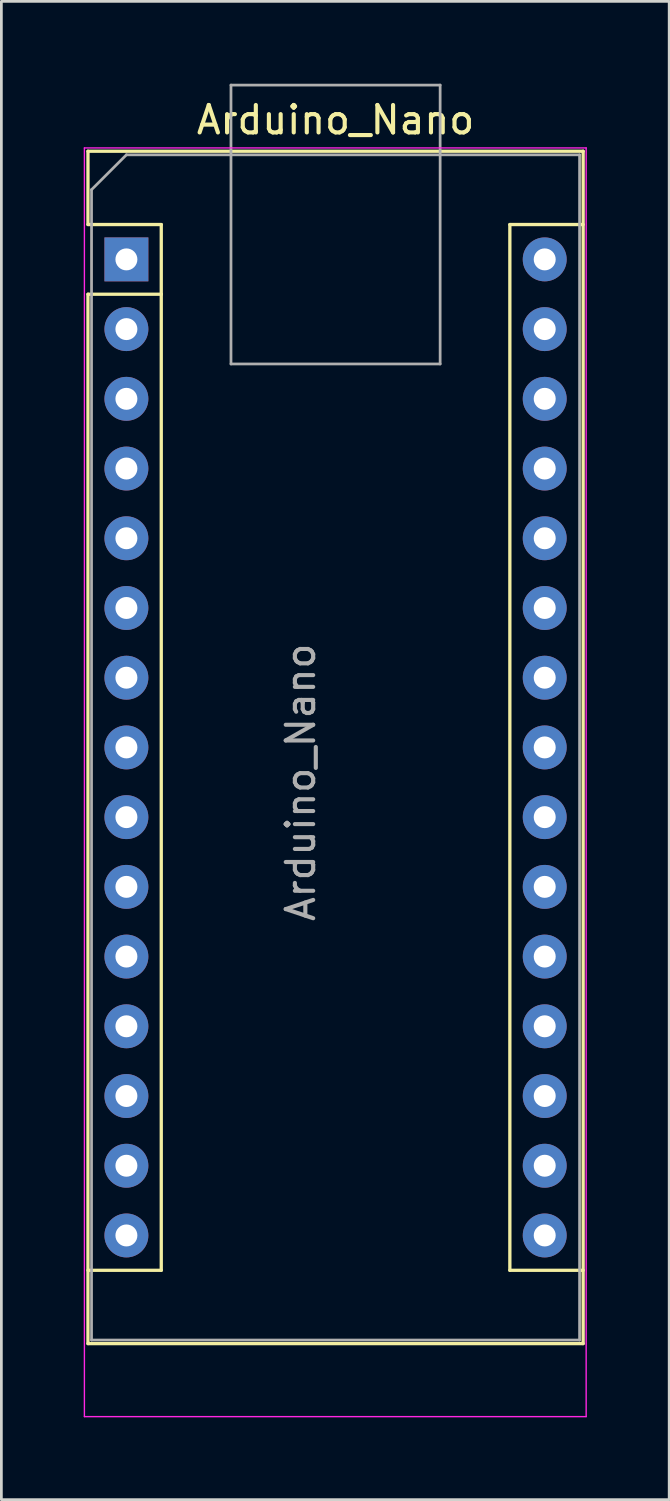
<source format=kicad_pcb>
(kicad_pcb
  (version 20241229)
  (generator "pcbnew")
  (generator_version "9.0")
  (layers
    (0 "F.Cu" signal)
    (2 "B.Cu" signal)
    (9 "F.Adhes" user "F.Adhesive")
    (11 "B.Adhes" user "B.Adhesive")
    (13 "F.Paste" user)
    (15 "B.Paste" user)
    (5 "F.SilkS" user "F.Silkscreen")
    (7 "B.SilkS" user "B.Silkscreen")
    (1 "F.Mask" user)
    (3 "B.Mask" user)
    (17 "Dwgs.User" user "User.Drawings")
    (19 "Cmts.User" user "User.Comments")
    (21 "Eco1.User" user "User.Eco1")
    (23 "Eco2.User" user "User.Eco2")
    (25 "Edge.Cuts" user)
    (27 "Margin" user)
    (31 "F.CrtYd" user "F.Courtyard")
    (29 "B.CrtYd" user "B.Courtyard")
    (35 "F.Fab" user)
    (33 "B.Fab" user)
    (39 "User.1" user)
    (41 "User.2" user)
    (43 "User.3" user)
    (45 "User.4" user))
  (footprint "Arduino_Nano"
    (layer "F.Cu")
    (at 1.555 6.4)
    (property "Reference" "Arduino_Nano" (at 7.62 -5.08 0) (layer "F.SilkS") (effects (font (size 1 1) (thickness 0.15))))
    (attr through_hole)
    (fp_line (start -1.4 -3.94) (end -1.4 -1.27) (stroke (width 0.12) (type solid)) (layer "F.SilkS"))
    (fp_line (start -1.4 1.27) (end -1.4 39.5) (stroke (width 0.12) (type solid)) (layer "F.SilkS"))
    (fp_line (start -1.4 39.5) (end 16.64 39.5) (stroke (width 0.12) (type solid)) (layer "F.SilkS"))
    (fp_line (start 1.27 -1.27) (end -1.4 -1.27) (stroke (width 0.12) (type solid)) (layer "F.SilkS"))
    (fp_line (start 1.27 1.27) (end -1.4 1.27) (stroke (width 0.12) (type solid)) (layer "F.SilkS"))
    (fp_line (start 1.27 1.27) (end 1.27 -1.27) (stroke (width 0.12) (type solid)) (layer "F.SilkS"))
    (fp_line (start 1.27 1.27) (end 1.27 36.83) (stroke (width 0.12) (type solid)) (layer "F.SilkS"))
    (fp_line (start 1.27 36.83) (end -1.4 36.83) (stroke (width 0.12) (type solid)) (layer "F.SilkS"))
    (fp_line (start 13.97 -1.27) (end 13.97 36.83) (stroke (width 0.12) (type solid)) (layer "F.SilkS"))
    (fp_line (start 13.97 -1.27) (end 16.64 -1.27) (stroke (width 0.12) (type solid)) (layer "F.SilkS"))
    (fp_line (start 13.97 36.83) (end 16.64 36.83) (stroke (width 0.12) (type solid)) (layer "F.SilkS"))
    (fp_line (start 16.64 -3.94) (end -1.4 -3.94) (stroke (width 0.12) (type solid)) (layer "F.SilkS"))
    (fp_line (start 16.64 39.5) (end 16.64 -3.94) (stroke (width 0.12) (type solid)) (layer "F.SilkS"))
    (fp_line (start -1.53 -4.06) (end -1.53 42.16) (stroke (width 0.05) (type solid)) (layer "F.CrtYd"))
    (fp_line (start -1.53 -4.06) (end 16.75 -4.06) (stroke (width 0.05) (type solid)) (layer "F.CrtYd"))
    (fp_line (start 16.75 42.16) (end -1.53 42.16) (stroke (width 0.05) (type solid)) (layer "F.CrtYd"))
    (fp_line (start 16.75 42.16) (end 16.75 -4.06) (stroke (width 0.05) (type solid)) (layer "F.CrtYd"))
    (fp_line (start -1.27 -2.54) (end 0 -3.81) (stroke (width 0.1) (type solid)) (layer "F.Fab"))
    (fp_line (start -1.27 39.37) (end -1.27 -2.54) (stroke (width 0.1) (type solid)) (layer "F.Fab"))
    (fp_line (start 0 -3.81) (end 16.51 -3.81) (stroke (width 0.1) (type solid)) (layer "F.Fab"))
    (fp_line (start 3.81 -6.35) (end 11.43 -6.35) (stroke (width 0.1) (type solid)) (layer "F.Fab"))
    (fp_line (start 3.81 3.81) (end 3.81 -6.35) (stroke (width 0.1) (type solid)) (layer "F.Fab"))
    (fp_line (start 11.43 -6.35) (end 11.43 3.81) (stroke (width 0.1) (type solid)) (layer "F.Fab"))
    (fp_line (start 11.43 3.81) (end 3.81 3.81) (stroke (width 0.1) (type solid)) (layer "F.Fab"))
    (fp_line (start 16.51 -3.81) (end 16.51 39.37) (stroke (width 0.1) (type solid)) (layer "F.Fab"))
    (fp_line (start 16.51 39.37) (end -1.27 39.37) (stroke (width 0.1) (type solid)) (layer "F.Fab"))
    (fp_text user "${REFERENCE}" (at 6.35 19.05 90) (layer "F.Fab") (effects (font (size 1 1) (thickness 0.15))))
    (pad "1" thru_hole rect (at 0 0) (size 1.6 1.6) (drill 0.8) (layers "*.Cu" "*.Mask"))
    (pad "2" thru_hole oval (at 0 2.54) (size 1.6 1.6) (drill 0.8) (layers "*.Cu" "*.Mask"))
    (pad "3" thru_hole oval (at 0 5.08) (size 1.6 1.6) (drill 0.8) (layers "*.Cu" "*.Mask"))
    (pad "4" thru_hole oval (at 0 7.62) (size 1.6 1.6) (drill 0.8) (layers "*.Cu" "*.Mask"))
    (pad "5" thru_hole oval (at 0 10.16) (size 1.6 1.6) (drill 0.8) (layers "*.Cu" "*.Mask"))
    (pad "6" thru_hole oval (at 0 12.7) (size 1.6 1.6) (drill 0.8) (layers "*.Cu" "*.Mask"))
    (pad "7" thru_hole oval (at 0 15.24) (size 1.6 1.6) (drill 0.8) (layers "*.Cu" "*.Mask"))
    (pad "8" thru_hole oval (at 0 17.78) (size 1.6 1.6) (drill 0.8) (layers "*.Cu" "*.Mask"))
    (pad "9" thru_hole oval (at 0 20.32) (size 1.6 1.6) (drill 0.8) (layers "*.Cu" "*.Mask"))
    (pad "10" thru_hole oval (at 0 22.86) (size 1.6 1.6) (drill 0.8) (layers "*.Cu" "*.Mask"))
    (pad "11" thru_hole oval (at 0 25.4) (size 1.6 1.6) (drill 0.8) (layers "*.Cu" "*.Mask"))
    (pad "12" thru_hole oval (at 0 27.94) (size 1.6 1.6) (drill 0.8) (layers "*.Cu" "*.Mask"))
    (pad "13" thru_hole oval (at 0 30.48) (size 1.6 1.6) (drill 0.8) (layers "*.Cu" "*.Mask"))
    (pad "14" thru_hole oval (at 0 33.02) (size 1.6 1.6) (drill 0.8) (layers "*.Cu" "*.Mask"))
    (pad "15" thru_hole oval (at 0 35.56) (size 1.6 1.6) (drill 0.8) (layers "*.Cu" "*.Mask"))
    (pad "16" thru_hole oval (at 15.24 35.56) (size 1.6 1.6) (drill 0.8) (layers "*.Cu" "*.Mask"))
    (pad "17" thru_hole oval (at 15.24 33.02) (size 1.6 1.6) (drill 0.8) (layers "*.Cu" "*.Mask"))
    (pad "18" thru_hole oval (at 15.24 30.48) (size 1.6 1.6) (drill 0.8) (layers "*.Cu" "*.Mask"))
    (pad "19" thru_hole oval (at 15.24 27.94) (size 1.6 1.6) (drill 0.8) (layers "*.Cu" "*.Mask"))
    (pad "20" thru_hole oval (at 15.24 25.4) (size 1.6 1.6) (drill 0.8) (layers "*.Cu" "*.Mask"))
    (pad "21" thru_hole oval (at 15.24 22.86) (size 1.6 1.6) (drill 0.8) (layers "*.Cu" "*.Mask"))
    (pad "22" thru_hole oval (at 15.24 20.32) (size 1.6 1.6) (drill 0.8) (layers "*.Cu" "*.Mask"))
    (pad "23" thru_hole oval (at 15.24 17.78) (size 1.6 1.6) (drill 0.8) (layers "*.Cu" "*.Mask"))
    (pad "24" thru_hole oval (at 15.24 15.24) (size 1.6 1.6) (drill 0.8) (layers "*.Cu" "*.Mask"))
    (pad "25" thru_hole oval (at 15.24 12.7) (size 1.6 1.6) (drill 0.8) (layers "*.Cu" "*.Mask"))
    (pad "26" thru_hole oval (at 15.24 10.16) (size 1.6 1.6) (drill 0.8) (layers "*.Cu" "*.Mask"))
    (pad "27" thru_hole oval (at 15.24 7.62) (size 1.6 1.6) (drill 0.8) (layers "*.Cu" "*.Mask"))
    (pad "28" thru_hole oval (at 15.24 5.08) (size 1.6 1.6) (drill 0.8) (layers "*.Cu" "*.Mask"))
    (pad "29" thru_hole oval (at 15.24 2.54) (size 1.6 1.6) (drill 0.8) (layers "*.Cu" "*.Mask"))
    (pad "30" thru_hole oval (at 15.24 0) (size 1.6 1.6) (drill 0.8) (layers "*.Cu" "*.Mask")))
  (gr_rect
    (start -3 -3)
    (end 21.33 51.585)
    (stroke (width 0.1) (type default))
    (fill no)
    (layer "Edge.Cuts")))
</source>
